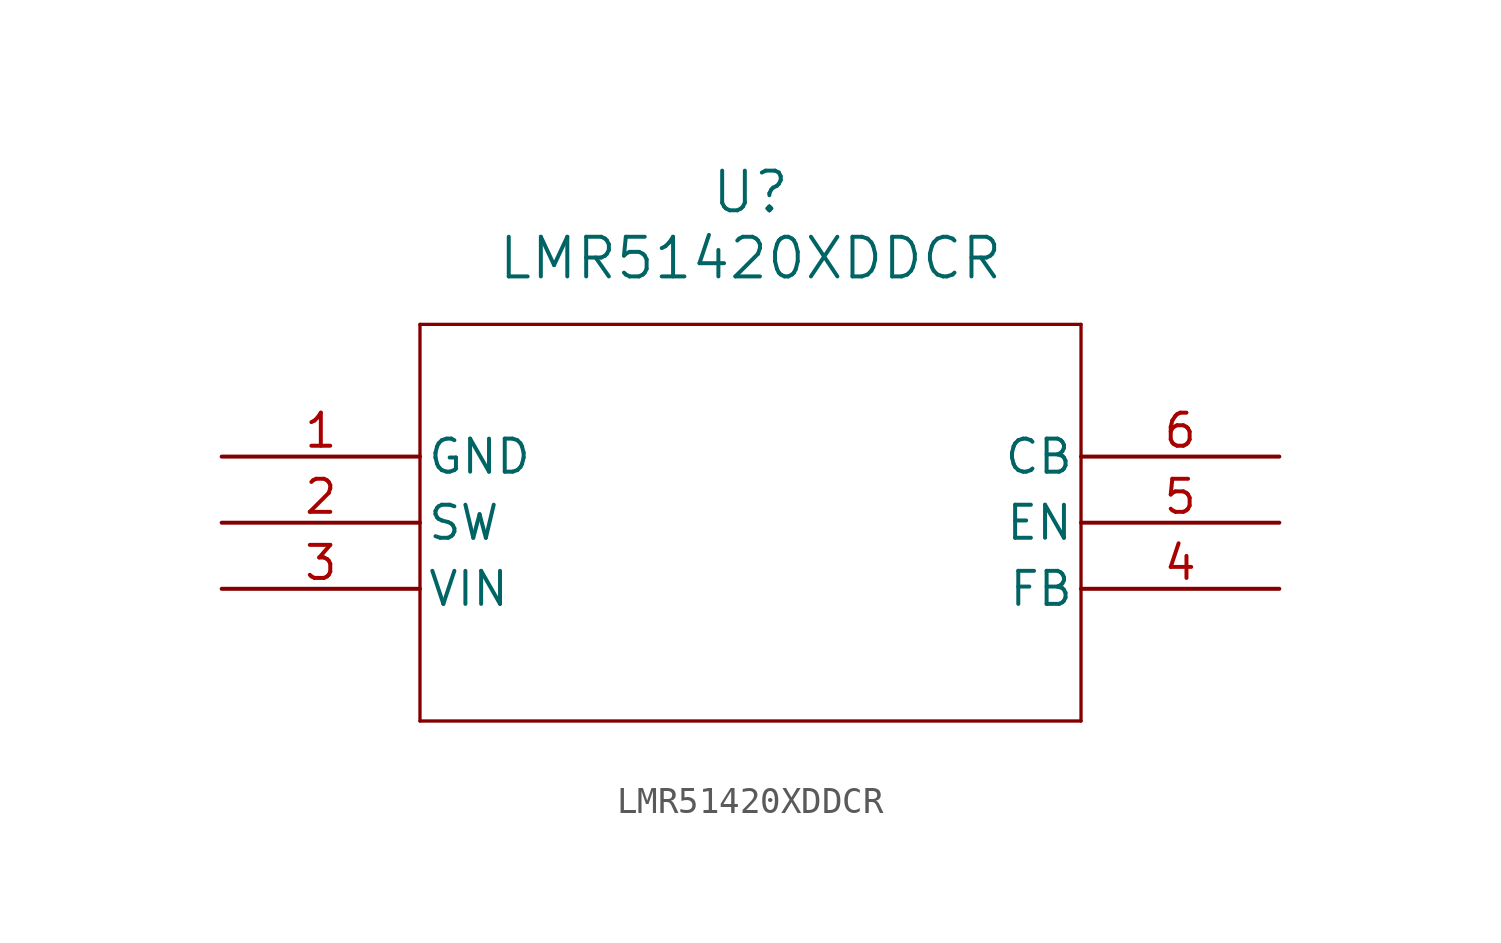
<source format=kicad_sym>
(kicad_symbol_lib
  (version 20211014)
  (generator kicad_symbol_editor)
  (symbol "LMR51420XDDCR"
    (pin_names
      (offset 0.254))
    (property "Reference" "U"
      (at 20.32 10.16 0)
      (effects (font (size 1.524 1.524))))
    (property "Value" "LMR51420XDDCR"
      (at 20.32 7.62 0)
      (effects (font (size 1.524 1.524))))
    (symbol "LMR51420XDDCR_0_1"
      (polyline (pts (xy 7.62 5.08) (xy 7.62 -10.16)) (stroke (width 0.127) (type default) (color 0 0 0 0)) (fill (type none)))
      (polyline (pts (xy 7.62 -10.16) (xy 33.02 -10.16)) (stroke (width 0.127) (type default) (color 0 0 0 0)) (fill (type none)))
      (polyline (pts (xy 33.02 -10.16) (xy 33.02 5.08)) (stroke (width 0.127) (type default) (color 0 0 0 0)) (fill (type none)))
      (polyline (pts (xy 33.02 5.08) (xy 7.62 5.08)) (stroke (width 0.127) (type default) (color 0 0 0 0)) (fill (type none)))
      (pin power_out line (at 0 0 0) (length 7.62) (name "GND" (effects (font (size 1.27 1.27)))) (number "1" (effects (font (size 1.27 1.27)))))
      (pin output line (at 0 -2.54 0) (length 7.62) (name "SW" (effects (font (size 1.27 1.27)))) (number "2" (effects (font (size 1.27 1.27)))))
      (pin input line (at 0 -5.08 0) (length 7.62) (name "VIN" (effects (font (size 1.27 1.27)))) (number "3" (effects (font (size 1.27 1.27)))))
      (pin input line (at 40.64 -5.08 180) (length 7.62) (name "FB" (effects (font (size 1.27 1.27)))) (number "4" (effects (font (size 1.27 1.27)))))
      (pin input line (at 40.64 -2.54 180) (length 7.62) (name "EN" (effects (font (size 1.27 1.27)))) (number "5" (effects (font (size 1.27 1.27)))))
      (pin power_in line (at 40.64 0 180) (length 7.62) (name "CB" (effects (font (size 1.27 1.27)))) (number "6" (effects (font (size 1.27 1.27))))))))
</source>
